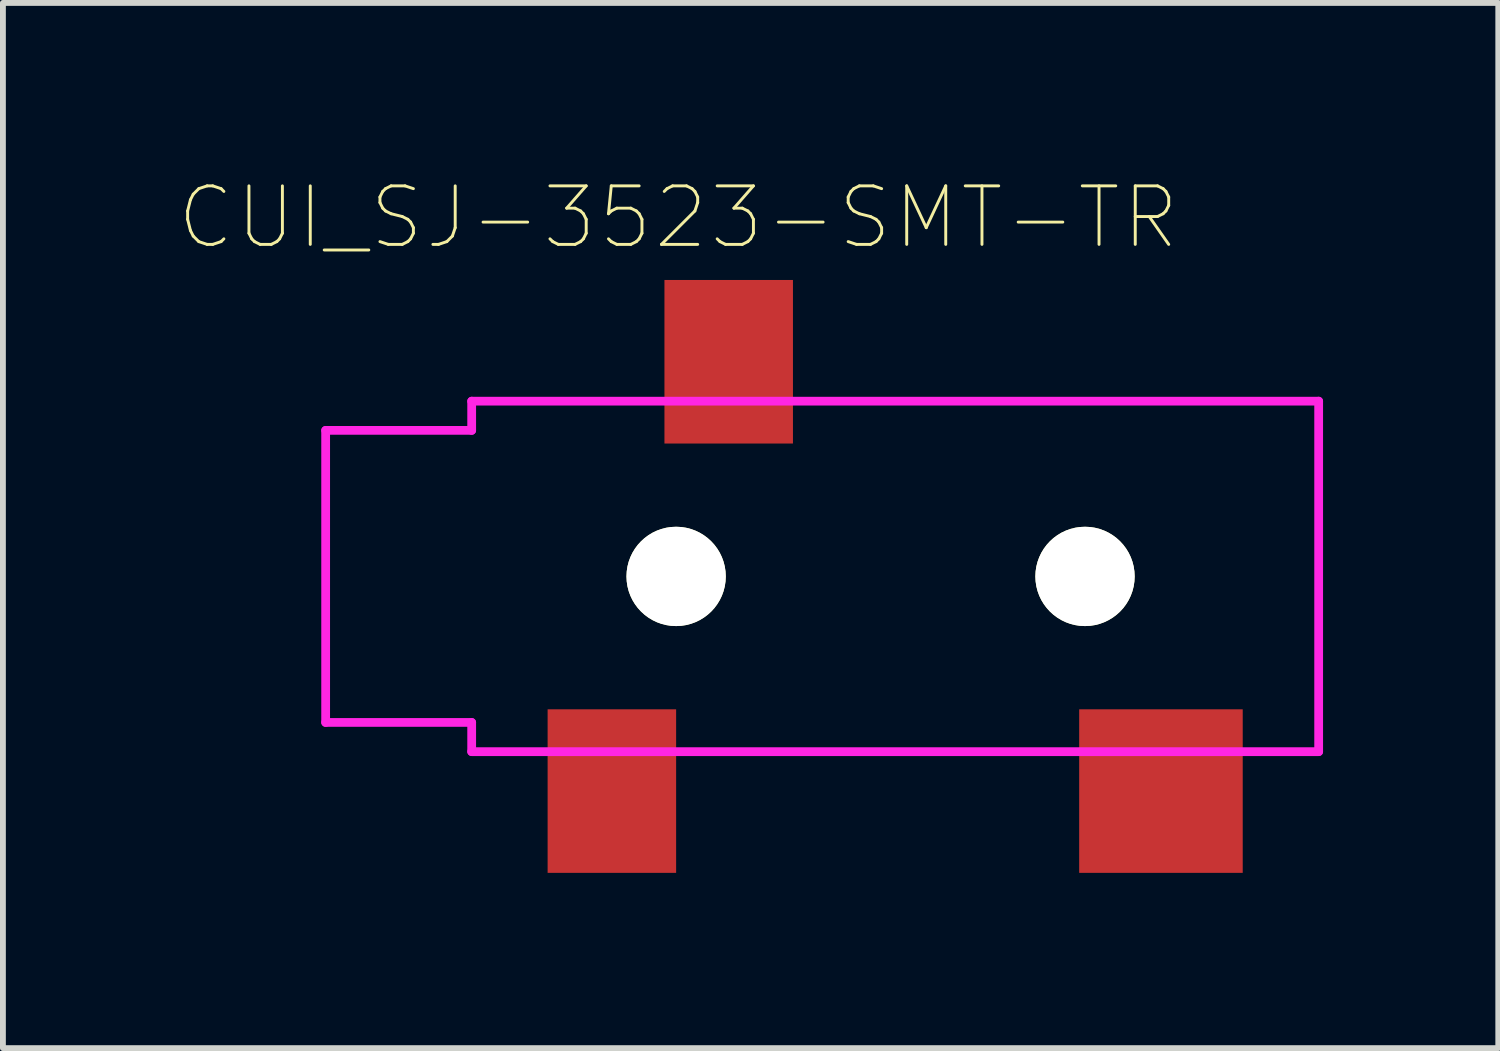
<source format=kicad_pcb>
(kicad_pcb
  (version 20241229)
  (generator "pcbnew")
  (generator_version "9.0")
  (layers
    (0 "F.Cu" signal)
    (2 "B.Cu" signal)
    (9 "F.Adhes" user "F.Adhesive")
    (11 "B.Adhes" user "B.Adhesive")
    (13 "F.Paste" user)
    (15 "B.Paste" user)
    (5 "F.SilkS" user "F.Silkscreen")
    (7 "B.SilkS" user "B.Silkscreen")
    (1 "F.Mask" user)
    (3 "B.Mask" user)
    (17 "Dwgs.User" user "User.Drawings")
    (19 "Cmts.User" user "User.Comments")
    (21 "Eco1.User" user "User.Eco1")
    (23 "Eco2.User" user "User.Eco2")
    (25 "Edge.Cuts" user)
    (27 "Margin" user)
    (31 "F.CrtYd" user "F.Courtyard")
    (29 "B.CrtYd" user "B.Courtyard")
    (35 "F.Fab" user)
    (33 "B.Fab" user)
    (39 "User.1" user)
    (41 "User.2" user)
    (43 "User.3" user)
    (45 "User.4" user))
  (footprint "CUI_SJ-3523-SMT-TR"
    (layer "F.Cu")
    (at 12.025 6.818)
    (property "Reference" "CUI_SJ-3523-SMT-TR" (at -3.465 -6.145 0) (layer "F.SilkS") (effects (font (size 1.002 1.002) (thickness 0.05))))
    (attr smd)
    (fp_line (start -9.5 -2.5) (end -9.5 2.5) (stroke (width 0.15) (type solid)) (layer "F.CrtYd"))
    (fp_line (start -9.5 2.5) (end -7 2.5) (stroke (width 0.15) (type solid)) (layer "F.CrtYd"))
    (fp_line (start -7 -3) (end 7.5 -3) (stroke (width 0.15) (type solid)) (layer "F.CrtYd"))
    (fp_line (start -7 -2.5) (end -9.5 -2.5) (stroke (width 0.15) (type solid)) (layer "F.CrtYd"))
    (fp_line (start -7 -2.5) (end -7 -3) (stroke (width 0.15) (type solid)) (layer "F.CrtYd"))
    (fp_line (start -7 2.5) (end -7 3) (stroke (width 0.15) (type solid)) (layer "F.CrtYd"))
    (fp_line (start 7.5 -3) (end 7.5 3) (stroke (width 0.15) (type solid)) (layer "F.CrtYd"))
    (fp_line (start 7.5 3) (end -7 3) (stroke (width 0.15) (type solid)) (layer "F.CrtYd"))
    (pad "" np_thru_hole circle (at -3.5 0) (size 1.7 1.7) (drill 1.7) (layers "*.Cu" "*.Mask" "F.SilkS"))
    (pad "" np_thru_hole circle (at 3.5 0) (size 1.7 1.7) (drill 1.7) (layers "*.Cu" "*.Mask" "F.SilkS"))
    (pad "R" smd rect (at -2.6 -3.675) (size 2.2 2.8) (layers "F.Cu" "F.Mask" "F.Paste"))
    (pad "S" smd rect (at -4.6 3.675) (size 2.2 2.8) (layers "F.Cu" "F.Mask" "F.Paste"))
    (pad "T" smd rect (at 4.8 3.675) (size 2.8 2.8) (layers "F.Cu" "F.Mask" "F.Paste")))
  (gr_rect
    (start -3 -3)
    (end 22.6 14.893)
    (stroke (width 0.1) (type default))
    (fill no)
    (layer "Edge.Cuts")))
</source>
